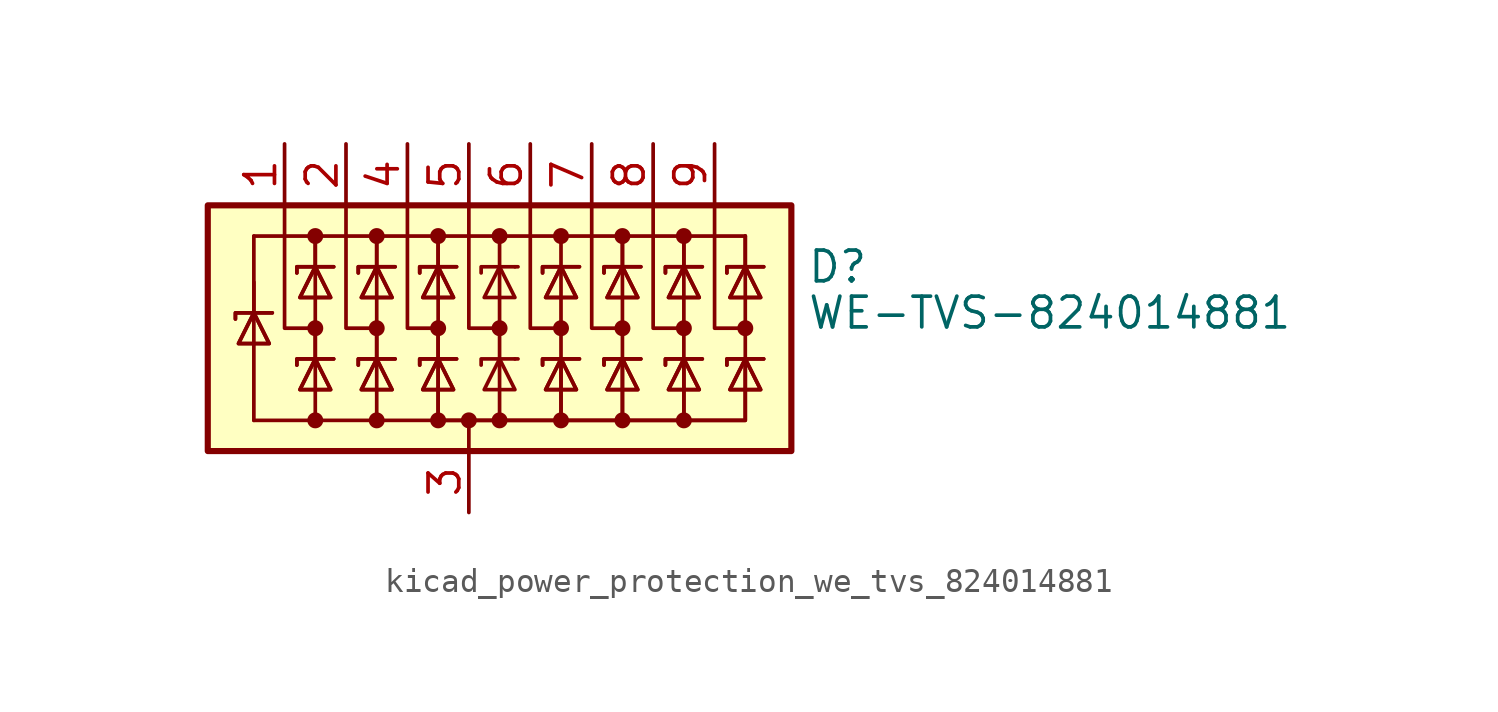
<source format=kicad_sym>
(kicad_symbol_lib
  (version 20220914)
  (generator kicad_symbol_editor)
  (symbol "kicad_power_protection_we_tvs_824014881"
    (pin_names hide)
    (property "Reference" "D"
      (at 13.97 2.54 0)
      (effects (font (size 1.27 1.27)) (justify left)))
    (property "Value" "WE-TVS-824014881"
      (at 13.97 0.635 0)
      (effects (font (size 1.27 1.27)) (justify left)))
    (symbol "kicad_power_protection_we_tvs_824014881_0_0"
      (pin passive line (at 0 -7.62 90) (length 2.54) (name "A" (effects (font (size 1.27 1.27)))) (number "3" (effects (font (size 1.27 1.27))))))
    (symbol "kicad_power_protection_we_tvs_824014881_0_1"
      (rectangle (start -10.795 5.08) (end 13.335 -5.08) (stroke (width 0.254) (type default)) (fill (type background)))
      (circle (center -6.35 -3.81) (radius 0.254) (stroke (width 0) (type default)) (fill (type outline)))
      (circle (center -6.35 0) (radius 0.254) (stroke (width 0) (type default)) (fill (type outline)))
      (circle (center -6.35 3.81) (radius 0.254) (stroke (width 0) (type default)) (fill (type outline)))
      (circle (center -3.81 -3.81) (radius 0.254) (stroke (width 0) (type default)) (fill (type outline)))
      (circle (center -3.81 0) (radius 0.254) (stroke (width 0) (type default)) (fill (type outline)))
      (circle (center -3.81 3.81) (radius 0.254) (stroke (width 0) (type default)) (fill (type outline)))
      (circle (center -1.27 -3.81) (radius 0.254) (stroke (width 0) (type default)) (fill (type outline)))
      (circle (center -1.27 0) (radius 0.254) (stroke (width 0) (type default)) (fill (type outline)))
      (circle (center -1.27 3.81) (radius 0.254) (stroke (width 0) (type default)) (fill (type outline)))
      (circle (center 0 -3.81) (radius 0.254) (stroke (width 0) (type default)) (fill (type outline)))
      (polyline (pts (xy -8.89 0.635) (xy -8.89 -3.81)) (stroke (width 0) (type default)) (fill (type none)))
      (polyline (pts (xy -8.89 1.905) (xy -8.89 0.635)) (stroke (width 0) (type default)) (fill (type none)))
      (polyline (pts (xy -8.89 3.81) (xy -8.89 0.635)) (stroke (width 0) (type default)) (fill (type none)))
      (polyline (pts (xy -6.35 -3.81) (xy -8.89 -3.81)) (stroke (width 0) (type default)) (fill (type none)))
      (polyline (pts (xy -6.35 0) (xy -6.35 -1.27)) (stroke (width 0) (type default)) (fill (type none)))
      (polyline (pts (xy -6.35 2.54) (xy -6.35 -1.27)) (stroke (width 0) (type default)) (fill (type none)))
      (polyline (pts (xy -6.35 3.81) (xy -6.35 2.54)) (stroke (width 0) (type default)) (fill (type none)))
      (polyline (pts (xy -6.35 3.81) (xy -6.35 2.54)) (stroke (width 0) (type default)) (fill (type none)))
      (polyline (pts (xy -3.81 0) (xy -3.81 -1.27)) (stroke (width 0) (type default)) (fill (type none)))
      (polyline (pts (xy -3.81 2.54) (xy -3.81 -1.27)) (stroke (width 0) (type default)) (fill (type none)))
      (polyline (pts (xy -3.81 3.81) (xy -3.81 2.54)) (stroke (width 0) (type default)) (fill (type none)))
      (polyline (pts (xy -3.81 3.81) (xy -3.81 2.54)) (stroke (width 0) (type default)) (fill (type none)))
      (polyline (pts (xy -1.27 0) (xy -1.27 -1.27)) (stroke (width 0) (type default)) (fill (type none)))
      (polyline (pts (xy -1.27 2.54) (xy -1.27 -1.27)) (stroke (width 0) (type default)) (fill (type none)))
      (polyline (pts (xy -1.27 3.81) (xy -1.27 2.54)) (stroke (width 0) (type default)) (fill (type none)))
      (polyline (pts (xy -1.27 3.81) (xy -1.27 2.54)) (stroke (width 0) (type default)) (fill (type none)))
      (polyline (pts (xy 0 -5.08) (xy 0 -3.81)) (stroke (width 0) (type default)) (fill (type none)))
      (polyline (pts (xy 1.27 -3.81) (xy 1.27 2.54)) (stroke (width 0) (type default)) (fill (type none)))
      (polyline (pts (xy 1.27 3.81) (xy 1.27 2.54)) (stroke (width 0) (type default)) (fill (type none)))
      (polyline (pts (xy 1.905 -1.27) (xy 2.032 -1.27)) (stroke (width 0) (type default)) (fill (type none)))
      (polyline (pts (xy 1.905 2.54) (xy 2.032 2.54)) (stroke (width 0) (type default)) (fill (type none)))
      (polyline (pts (xy 3.81 2.54) (xy 3.81 -1.27)) (stroke (width 0) (type default)) (fill (type none)))
      (polyline (pts (xy 3.81 3.81) (xy 3.81 2.54)) (stroke (width 0) (type default)) (fill (type none)))
      (polyline (pts (xy 6.35 2.54) (xy 6.35 -1.27)) (stroke (width 0) (type default)) (fill (type none)))
      (polyline (pts (xy 6.35 3.81) (xy 6.35 2.54)) (stroke (width 0) (type default)) (fill (type none)))
      (polyline (pts (xy 6.35 3.81) (xy 6.35 2.54)) (stroke (width 0) (type default)) (fill (type none)))
      (polyline (pts (xy 8.89 2.54) (xy 8.89 -1.27)) (stroke (width 0) (type default)) (fill (type none)))
      (polyline (pts (xy 8.89 3.81) (xy 8.89 2.54)) (stroke (width 0) (type default)) (fill (type none)))
      (polyline (pts (xy 8.89 3.81) (xy 8.89 2.54)) (stroke (width 0) (type default)) (fill (type none)))
      (polyline (pts (xy 11.43 2.54) (xy 11.43 -1.27)) (stroke (width 0) (type default)) (fill (type none)))
      (polyline (pts (xy 11.43 3.81) (xy -8.89 3.81)) (stroke (width 0) (type default)) (fill (type none)))
      (polyline (pts (xy 11.43 3.81) (xy 11.43 2.54)) (stroke (width 0) (type default)) (fill (type none)))
      (polyline (pts (xy 11.43 3.81) (xy 11.43 2.54)) (stroke (width 0) (type default)) (fill (type none)))
      (polyline (pts (xy -7.62 5.08) (xy -7.62 0) (xy -6.35 0)) (stroke (width 0) (type default)) (fill (type none)))
      (polyline (pts (xy -6.35 -1.27) (xy -6.35 -3.81) (xy -3.81 -3.81)) (stroke (width 0) (type default)) (fill (type none)))
      (polyline (pts (xy -5.08 5.08) (xy -5.08 0) (xy -3.81 0)) (stroke (width 0) (type default)) (fill (type none)))
      (polyline (pts (xy -3.81 -1.27) (xy -3.81 -3.81) (xy -1.27 -3.81)) (stroke (width 0) (type default)) (fill (type none)))
      (polyline (pts (xy -2.54 5.08) (xy -2.54 0) (xy -1.27 0)) (stroke (width 0) (type default)) (fill (type none)))
      (polyline (pts (xy 0 5.08) (xy 0 0) (xy 1.27 0)) (stroke (width 0) (type default)) (fill (type none)))
      (polyline (pts (xy 1.905 -1.27) (xy 0.508 -1.27) (xy 0.508 -1.524)) (stroke (width 0) (type default)) (fill (type none)))
      (polyline (pts (xy 1.905 2.54) (xy 0.508 2.54) (xy 0.508 2.286)) (stroke (width 0) (type default)) (fill (type none)))
      (polyline (pts (xy 2.54 5.08) (xy 2.54 0) (xy 3.81 0)) (stroke (width 0) (type default)) (fill (type none)))
      (polyline (pts (xy 5.08 5.08) (xy 5.08 0) (xy 6.35 0)) (stroke (width 0) (type default)) (fill (type none)))
      (polyline (pts (xy 6.35 -1.27) (xy 6.35 -3.81) (xy 3.81 -3.81)) (stroke (width 0) (type default)) (fill (type none)))
      (polyline (pts (xy 6.35 -1.27) (xy 6.35 -3.81) (xy 3.81 -3.81)) (stroke (width 0) (type default)) (fill (type none)))
      (polyline (pts (xy 7.62 5.08) (xy 7.62 0) (xy 8.89 0)) (stroke (width 0) (type default)) (fill (type none)))
      (polyline (pts (xy 8.89 -1.27) (xy 8.89 -3.81) (xy 6.35 -3.81)) (stroke (width 0) (type default)) (fill (type none)))
      (polyline (pts (xy 8.89 -1.27) (xy 8.89 -3.81) (xy 6.35 -3.81)) (stroke (width 0) (type default)) (fill (type none)))
      (polyline (pts (xy 10.16 5.08) (xy 10.16 0) (xy 11.43 0)) (stroke (width 0) (type default)) (fill (type none)))
      (polyline (pts (xy 11.43 -1.27) (xy 11.43 -3.81) (xy 8.89 -3.81)) (stroke (width 0) (type default)) (fill (type none)))
      (polyline (pts (xy 11.43 -1.27) (xy 11.43 -3.81) (xy 8.89 -3.81)) (stroke (width 0) (type default)) (fill (type none)))
      (polyline (pts (xy -9.652 0.381) (xy -9.652 0.635) (xy -8.255 0.635) (xy -8.128 0.635)) (stroke (width 0) (type default)) (fill (type none)))
      (polyline (pts (xy -9.652 0.381) (xy -9.652 0.635) (xy -8.255 0.635) (xy -8.128 0.635)) (stroke (width 0) (type default)) (fill (type none)))
      (polyline (pts (xy -8.89 0.635) (xy -8.255 -0.635) (xy -9.525 -0.635) (xy -8.89 0.635)) (stroke (width 0) (type default)) (fill (type none)))
      (polyline (pts (xy -8.89 0.635) (xy -8.255 -0.635) (xy -9.525 -0.635) (xy -8.89 0.635)) (stroke (width 0) (type default)) (fill (type none)))
      (polyline (pts (xy -7.112 -1.524) (xy -7.112 -1.27) (xy -5.715 -1.27) (xy -5.588 -1.27)) (stroke (width 0) (type default)) (fill (type none)))
      (polyline (pts (xy -7.112 -1.524) (xy -7.112 -1.27) (xy -5.715 -1.27) (xy -5.588 -1.27)) (stroke (width 0) (type default)) (fill (type none)))
      (polyline (pts (xy -7.112 2.286) (xy -7.112 2.54) (xy -5.715 2.54) (xy -5.588 2.54)) (stroke (width 0) (type default)) (fill (type none)))
      (polyline (pts (xy -7.112 2.286) (xy -7.112 2.54) (xy -5.715 2.54) (xy -5.588 2.54)) (stroke (width 0) (type default)) (fill (type none)))
      (polyline (pts (xy -6.35 -1.27) (xy -5.715 -2.54) (xy -6.985 -2.54) (xy -6.35 -1.27)) (stroke (width 0) (type default)) (fill (type none)))
      (polyline (pts (xy -6.35 -1.27) (xy -5.715 -2.54) (xy -6.985 -2.54) (xy -6.35 -1.27)) (stroke (width 0) (type default)) (fill (type none)))
      (polyline (pts (xy -6.35 2.54) (xy -5.715 1.27) (xy -6.985 1.27) (xy -6.35 2.54)) (stroke (width 0) (type default)) (fill (type none)))
      (polyline (pts (xy -6.35 2.54) (xy -5.715 1.27) (xy -6.985 1.27) (xy -6.35 2.54)) (stroke (width 0) (type default)) (fill (type none)))
      (polyline (pts (xy -4.572 -1.524) (xy -4.572 -1.27) (xy -3.175 -1.27) (xy -3.048 -1.27)) (stroke (width 0) (type default)) (fill (type none)))
      (polyline (pts (xy -4.572 -1.524) (xy -4.572 -1.27) (xy -3.175 -1.27) (xy -3.048 -1.27)) (stroke (width 0) (type default)) (fill (type none)))
      (polyline (pts (xy -4.572 2.286) (xy -4.572 2.54) (xy -3.175 2.54) (xy -3.048 2.54)) (stroke (width 0) (type default)) (fill (type none)))
      (polyline (pts (xy -4.572 2.286) (xy -4.572 2.54) (xy -3.175 2.54) (xy -3.048 2.54)) (stroke (width 0) (type default)) (fill (type none)))
      (polyline (pts (xy -3.81 -1.27) (xy -3.175 -2.54) (xy -4.445 -2.54) (xy -3.81 -1.27)) (stroke (width 0) (type default)) (fill (type none)))
      (polyline (pts (xy -3.81 -1.27) (xy -3.175 -2.54) (xy -4.445 -2.54) (xy -3.81 -1.27)) (stroke (width 0) (type default)) (fill (type none)))
      (polyline (pts (xy -3.81 2.54) (xy -3.175 1.27) (xy -4.445 1.27) (xy -3.81 2.54)) (stroke (width 0) (type default)) (fill (type none)))
      (polyline (pts (xy -3.81 2.54) (xy -3.175 1.27) (xy -4.445 1.27) (xy -3.81 2.54)) (stroke (width 0) (type default)) (fill (type none)))
      (polyline (pts (xy -2.032 -1.524) (xy -2.032 -1.27) (xy -0.635 -1.27) (xy -0.508 -1.27)) (stroke (width 0) (type default)) (fill (type none)))
      (polyline (pts (xy -2.032 -1.524) (xy -2.032 -1.27) (xy -0.635 -1.27) (xy -0.508 -1.27)) (stroke (width 0) (type default)) (fill (type none)))
      (polyline (pts (xy -2.032 2.286) (xy -2.032 2.54) (xy -0.635 2.54) (xy -0.508 2.54)) (stroke (width 0) (type default)) (fill (type none)))
      (polyline (pts (xy -2.032 2.286) (xy -2.032 2.54) (xy -0.635 2.54) (xy -0.508 2.54)) (stroke (width 0) (type default)) (fill (type none)))
      (polyline (pts (xy -1.27 -1.27) (xy -1.27 -3.81) (xy 3.81 -3.81) (xy 3.81 -1.27)) (stroke (width 0) (type default)) (fill (type none)))
      (polyline (pts (xy -1.27 -1.27) (xy -1.27 -3.81) (xy 3.81 -3.81) (xy 3.81 -1.27)) (stroke (width 0) (type default)) (fill (type none)))
      (polyline (pts (xy -1.27 -1.27) (xy -0.635 -2.54) (xy -1.905 -2.54) (xy -1.27 -1.27)) (stroke (width 0) (type default)) (fill (type none)))
      (polyline (pts (xy -1.27 -1.27) (xy -0.635 -2.54) (xy -1.905 -2.54) (xy -1.27 -1.27)) (stroke (width 0) (type default)) (fill (type none)))
      (polyline (pts (xy -1.27 2.54) (xy -0.635 1.27) (xy -1.905 1.27) (xy -1.27 2.54)) (stroke (width 0) (type default)) (fill (type none)))
      (polyline (pts (xy -1.27 2.54) (xy -0.635 1.27) (xy -1.905 1.27) (xy -1.27 2.54)) (stroke (width 0) (type default)) (fill (type none)))
      (polyline (pts (xy 1.905 -2.54) (xy 0.635 -2.54) (xy 1.27 -1.27) (xy 1.905 -2.54)) (stroke (width 0) (type default)) (fill (type none)))
      (polyline (pts (xy 1.905 1.27) (xy 0.635 1.27) (xy 1.27 2.54) (xy 1.905 1.27)) (stroke (width 0) (type default)) (fill (type none)))
      (polyline (pts (xy 3.048 -1.524) (xy 3.048 -1.27) (xy 4.445 -1.27) (xy 4.572 -1.27)) (stroke (width 0) (type default)) (fill (type none)))
      (polyline (pts (xy 3.048 -1.524) (xy 3.048 -1.27) (xy 4.445 -1.27) (xy 4.572 -1.27)) (stroke (width 0) (type default)) (fill (type none)))
      (polyline (pts (xy 3.048 2.286) (xy 3.048 2.54) (xy 4.445 2.54) (xy 4.572 2.54)) (stroke (width 0) (type default)) (fill (type none)))
      (polyline (pts (xy 3.048 2.286) (xy 3.048 2.54) (xy 4.445 2.54) (xy 4.572 2.54)) (stroke (width 0) (type default)) (fill (type none)))
      (polyline (pts (xy 3.81 -1.27) (xy 3.175 -2.54) (xy 4.445 -2.54) (xy 3.81 -1.27)) (stroke (width 0) (type default)) (fill (type none)))
      (polyline (pts (xy 3.81 -1.27) (xy 3.175 -2.54) (xy 4.445 -2.54) (xy 3.81 -1.27)) (stroke (width 0) (type default)) (fill (type none)))
      (polyline (pts (xy 3.81 2.54) (xy 3.175 1.27) (xy 4.445 1.27) (xy 3.81 2.54)) (stroke (width 0) (type default)) (fill (type none)))
      (polyline (pts (xy 3.81 2.54) (xy 3.175 1.27) (xy 4.445 1.27) (xy 3.81 2.54)) (stroke (width 0) (type default)) (fill (type none)))
      (polyline (pts (xy 5.588 -1.524) (xy 5.588 -1.27) (xy 6.985 -1.27) (xy 7.112 -1.27)) (stroke (width 0) (type default)) (fill (type none)))
      (polyline (pts (xy 5.588 -1.524) (xy 5.588 -1.27) (xy 6.985 -1.27) (xy 7.112 -1.27)) (stroke (width 0) (type default)) (fill (type none)))
      (polyline (pts (xy 5.588 2.286) (xy 5.588 2.54) (xy 6.985 2.54) (xy 7.112 2.54)) (stroke (width 0) (type default)) (fill (type none)))
      (polyline (pts (xy 5.588 2.286) (xy 5.588 2.54) (xy 6.985 2.54) (xy 7.112 2.54)) (stroke (width 0) (type default)) (fill (type none)))
      (polyline (pts (xy 6.35 -1.27) (xy 5.715 -2.54) (xy 6.985 -2.54) (xy 6.35 -1.27)) (stroke (width 0) (type default)) (fill (type none)))
      (polyline (pts (xy 6.35 -1.27) (xy 5.715 -2.54) (xy 6.985 -2.54) (xy 6.35 -1.27)) (stroke (width 0) (type default)) (fill (type none)))
      (polyline (pts (xy 6.35 2.54) (xy 5.715 1.27) (xy 6.985 1.27) (xy 6.35 2.54)) (stroke (width 0) (type default)) (fill (type none)))
      (polyline (pts (xy 6.35 2.54) (xy 5.715 1.27) (xy 6.985 1.27) (xy 6.35 2.54)) (stroke (width 0) (type default)) (fill (type none)))
      (polyline (pts (xy 8.128 -1.524) (xy 8.128 -1.27) (xy 9.525 -1.27) (xy 9.652 -1.27)) (stroke (width 0) (type default)) (fill (type none)))
      (polyline (pts (xy 8.128 -1.524) (xy 8.128 -1.27) (xy 9.525 -1.27) (xy 9.652 -1.27)) (stroke (width 0) (type default)) (fill (type none)))
      (polyline (pts (xy 8.128 2.286) (xy 8.128 2.54) (xy 9.525 2.54) (xy 9.652 2.54)) (stroke (width 0) (type default)) (fill (type none)))
      (polyline (pts (xy 8.128 2.286) (xy 8.128 2.54) (xy 9.525 2.54) (xy 9.652 2.54)) (stroke (width 0) (type default)) (fill (type none)))
      (polyline (pts (xy 8.89 -1.27) (xy 8.255 -2.54) (xy 9.525 -2.54) (xy 8.89 -1.27)) (stroke (width 0) (type default)) (fill (type none)))
      (polyline (pts (xy 8.89 -1.27) (xy 8.255 -2.54) (xy 9.525 -2.54) (xy 8.89 -1.27)) (stroke (width 0) (type default)) (fill (type none)))
      (polyline (pts (xy 8.89 2.54) (xy 8.255 1.27) (xy 9.525 1.27) (xy 8.89 2.54)) (stroke (width 0) (type default)) (fill (type none)))
      (polyline (pts (xy 8.89 2.54) (xy 8.255 1.27) (xy 9.525 1.27) (xy 8.89 2.54)) (stroke (width 0) (type default)) (fill (type none)))
      (polyline (pts (xy 10.668 -1.524) (xy 10.668 -1.27) (xy 12.065 -1.27) (xy 12.192 -1.27)) (stroke (width 0) (type default)) (fill (type none)))
      (polyline (pts (xy 10.668 -1.524) (xy 10.668 -1.27) (xy 12.065 -1.27) (xy 12.192 -1.27)) (stroke (width 0) (type default)) (fill (type none)))
      (polyline (pts (xy 10.668 2.286) (xy 10.668 2.54) (xy 12.065 2.54) (xy 12.192 2.54)) (stroke (width 0) (type default)) (fill (type none)))
      (polyline (pts (xy 10.668 2.286) (xy 10.668 2.54) (xy 12.065 2.54) (xy 12.192 2.54)) (stroke (width 0) (type default)) (fill (type none)))
      (polyline (pts (xy 11.43 -1.27) (xy 10.795 -2.54) (xy 12.065 -2.54) (xy 11.43 -1.27)) (stroke (width 0) (type default)) (fill (type none)))
      (polyline (pts (xy 11.43 -1.27) (xy 10.795 -2.54) (xy 12.065 -2.54) (xy 11.43 -1.27)) (stroke (width 0) (type default)) (fill (type none)))
      (polyline (pts (xy 11.43 2.54) (xy 10.795 1.27) (xy 12.065 1.27) (xy 11.43 2.54)) (stroke (width 0) (type default)) (fill (type none)))
      (polyline (pts (xy 11.43 2.54) (xy 10.795 1.27) (xy 12.065 1.27) (xy 11.43 2.54)) (stroke (width 0) (type default)) (fill (type none)))
      (circle (center 1.27 -3.81) (radius 0.254) (stroke (width 0) (type default)) (fill (type outline)))
      (circle (center 1.27 0) (radius 0.254) (stroke (width 0) (type default)) (fill (type outline)))
      (circle (center 1.27 3.81) (radius 0.254) (stroke (width 0) (type default)) (fill (type outline)))
      (circle (center 3.81 -3.81) (radius 0.254) (stroke (width 0) (type default)) (fill (type outline)))
      (circle (center 3.81 0) (radius 0.254) (stroke (width 0) (type default)) (fill (type outline)))
      (circle (center 3.81 3.81) (radius 0.254) (stroke (width 0) (type default)) (fill (type outline)))
      (circle (center 6.35 -3.81) (radius 0.254) (stroke (width 0) (type default)) (fill (type outline)))
      (circle (center 6.35 0) (radius 0.254) (stroke (width 0) (type default)) (fill (type outline)))
      (circle (center 6.35 3.81) (radius 0.254) (stroke (width 0) (type default)) (fill (type outline)))
      (circle (center 8.89 -3.81) (radius 0.254) (stroke (width 0) (type default)) (fill (type outline)))
      (circle (center 8.89 0) (radius 0.254) (stroke (width 0) (type default)) (fill (type outline)))
      (circle (center 8.89 3.81) (radius 0.254) (stroke (width 0) (type default)) (fill (type outline)))
      (circle (center 11.43 0) (radius 0.254) (stroke (width 0) (type default)) (fill (type outline))))
    (symbol "kicad_power_protection_we_tvs_824014881_1_1"
      (pin passive line (at -7.62 7.62 270) (length 2.54) (name "K1" (effects (font (size 1.27 1.27)))) (number "1" (effects (font (size 1.27 1.27)))))
      (pin passive line (at -5.08 7.62 270) (length 2.54) (name "K2" (effects (font (size 1.27 1.27)))) (number "2" (effects (font (size 1.27 1.27)))))
      (pin passive line (at -2.54 7.62 270) (length 2.54) (name "K3" (effects (font (size 1.27 1.27)))) (number "4" (effects (font (size 1.27 1.27)))))
      (pin passive line (at 0 7.62 270) (length 2.54) (name "K4" (effects (font (size 1.27 1.27)))) (number "5" (effects (font (size 1.27 1.27)))))
      (pin passive line (at 2.54 7.62 270) (length 2.54) (name "K5" (effects (font (size 1.27 1.27)))) (number "6" (effects (font (size 1.27 1.27)))))
      (pin passive line (at 5.08 7.62 270) (length 2.54) (name "K6" (effects (font (size 1.27 1.27)))) (number "7" (effects (font (size 1.27 1.27)))))
      (pin passive line (at 7.62 7.62 270) (length 2.54) (name "K7" (effects (font (size 1.27 1.27)))) (number "8" (effects (font (size 1.27 1.27)))))
      (pin passive line (at 10.16 7.62 270) (length 2.54) (name "K8" (effects (font (size 1.27 1.27)))) (number "9" (effects (font (size 1.27 1.27))))))))
</source>
